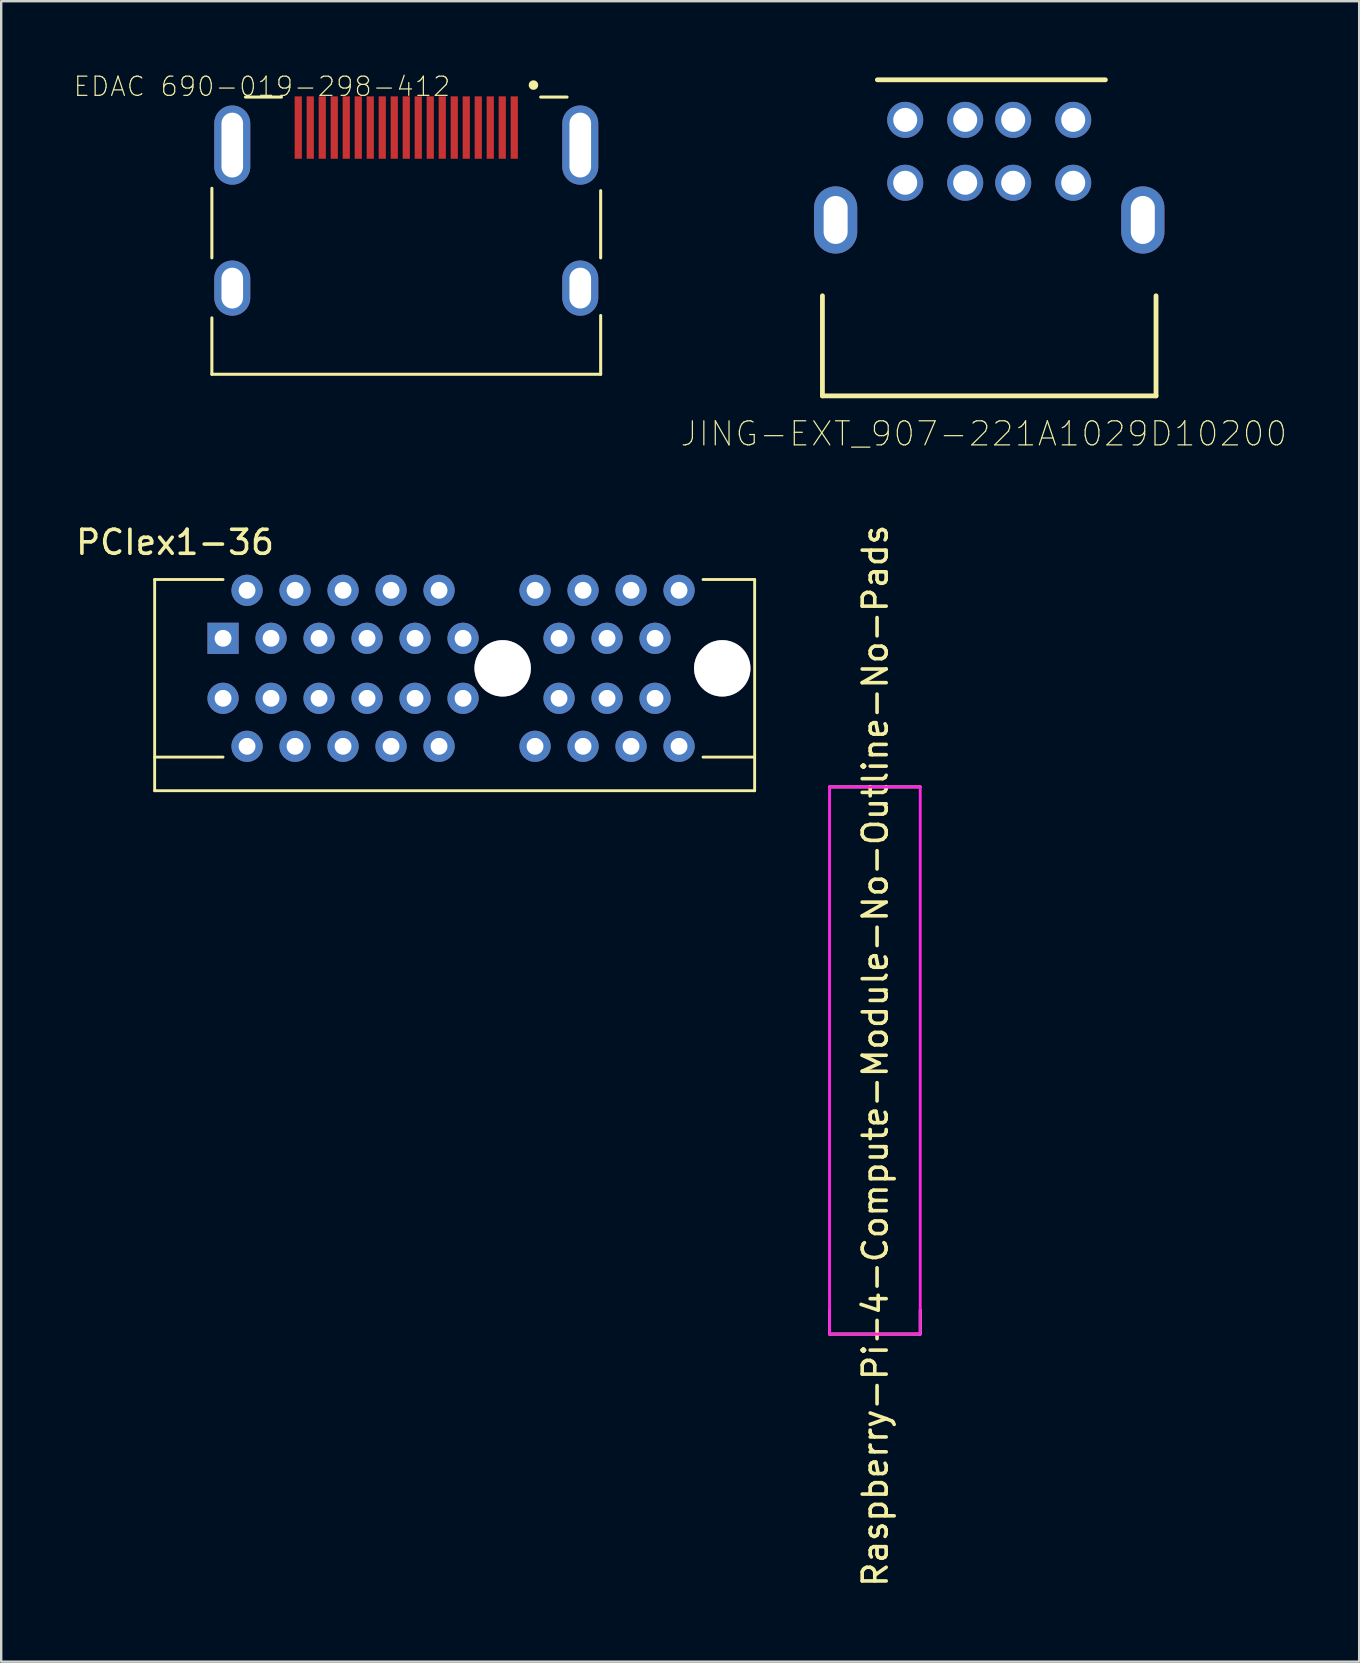
<source format=kicad_pcb>
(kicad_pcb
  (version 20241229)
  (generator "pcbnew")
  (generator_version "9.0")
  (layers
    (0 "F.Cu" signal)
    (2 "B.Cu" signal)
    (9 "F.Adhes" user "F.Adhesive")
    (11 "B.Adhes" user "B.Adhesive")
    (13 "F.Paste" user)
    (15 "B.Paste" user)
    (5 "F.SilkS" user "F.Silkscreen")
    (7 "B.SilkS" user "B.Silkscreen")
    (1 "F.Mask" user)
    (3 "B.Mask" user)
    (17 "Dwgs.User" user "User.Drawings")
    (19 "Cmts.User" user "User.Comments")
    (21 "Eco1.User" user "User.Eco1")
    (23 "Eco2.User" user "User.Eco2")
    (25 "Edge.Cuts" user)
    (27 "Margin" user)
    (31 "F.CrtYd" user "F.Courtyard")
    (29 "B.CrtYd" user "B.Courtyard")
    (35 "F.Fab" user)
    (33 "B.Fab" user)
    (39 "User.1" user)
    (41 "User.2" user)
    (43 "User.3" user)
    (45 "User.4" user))
  (footprint "JING-EXT_907-221A1029D10200"
    (layer "F.Cu")
    (at 38.168 7.275)
    (property "Reference" "JING-EXT_907-221A1029D10200" (at -0.225 7.75 0) (layer "F.SilkS") (effects (font (size 1.002 1.002) (thickness 0.05))))
    (attr through_hole)
    (fp_line (start -6.95 6.17) (end -6.95 2) (stroke (width 0.2) (type solid)) (layer "F.SilkS"))
    (fp_line (start -6.95 6.17) (end 6.95 6.17) (stroke (width 0.2) (type solid)) (layer "F.SilkS"))
    (fp_line (start -4.66 -7) (end 4.84 -7) (stroke (width 0.2) (type solid)) (layer "F.SilkS"))
    (fp_line (start 6.95 2) (end 6.95 6.17) (stroke (width 0.2) (type solid)) (layer "F.SilkS"))
    (fp_line (start -7.8 -7.25) (end 7.8 -7.25) (stroke (width 0.05) (type solid)) (layer "Eco1.User"))
    (fp_line (start -7.8 1.25) (end -7.8 -7.25) (stroke (width 0.05) (type solid)) (layer "Eco1.User"))
    (fp_line (start -7.2 1.25) (end -7.8 1.25) (stroke (width 0.05) (type solid)) (layer "Eco1.User"))
    (fp_line (start -7.2 6.5) (end -7.2 1.25) (stroke (width 0.05) (type solid)) (layer "Eco1.User"))
    (fp_line (start 7.2 1.25) (end 7.2 6.5) (stroke (width 0.05) (type solid)) (layer "Eco1.User"))
    (fp_line (start 7.2 6.5) (end -7.2 6.5) (stroke (width 0.05) (type solid)) (layer "Eco1.User"))
    (fp_line (start 7.8 -7.25) (end 7.8 1.25) (stroke (width 0.05) (type solid)) (layer "Eco1.User"))
    (fp_line (start 7.8 1.25) (end 7.2 1.25) (stroke (width 0.05) (type solid)) (layer "Eco1.User"))
    (pad "1" thru_hole circle (at -3.5 -5.33) (size 1.5 1.5) (drill 1) (layers "*.Cu" "*.Mask"))
    (pad "2" thru_hole circle (at -1 -5.33) (size 1.5 1.5) (drill 1) (layers "*.Cu" "*.Mask"))
    (pad "3" thru_hole circle (at 1 -5.33) (size 1.5 1.5) (drill 1) (layers "*.Cu" "*.Mask"))
    (pad "4" thru_hole circle (at 3.5 -5.33) (size 1.5 1.5) (drill 1) (layers "*.Cu" "*.Mask"))
    (pad "5" thru_hole circle (at -3.5 -2.71) (size 1.5 1.5) (drill 1) (layers "*.Cu" "*.Mask"))
    (pad "6" thru_hole circle (at -1 -2.71) (size 1.5 1.5) (drill 1) (layers "*.Cu" "*.Mask"))
    (pad "7" thru_hole circle (at 1 -2.71) (size 1.5 1.5) (drill 1) (layers "*.Cu" "*.Mask"))
    (pad "8" thru_hole circle (at 3.5 -2.71) (size 1.5 1.5) (drill 1) (layers "*.Cu" "*.Mask"))
    (pad "MT1" thru_hole oval (at -6.4 -1.16) (size 1.8 2.8) (drill oval 1 2) (layers "*.Cu" "*.Mask"))
    (pad "MT2" thru_hole oval (at 6.4 -1.16) (size 1.8 2.8) (drill oval 1 2) (layers "*.Cu" "*.Mask")))
  (footprint "PCIex1-36"
    (layer "F.Cu")
    (at 6.244 23.547)
    (property "Reference" "PCIex1-36" (at -2 -4 0) (layer "F.SilkS") (effects (font (size 1 1) (thickness 0.15))))
    (attr through_hole)
    (fp_line (start -2.85 -2.45) (end 0 -2.45) (stroke (width 0.12) (type solid)) (layer "F.SilkS"))
    (fp_line (start -2.85 6.35) (end -2.85 -2.45) (stroke (width 0.12) (type solid)) (layer "F.SilkS"))
    (fp_line (start -2.85 6.35) (end 22.15 6.35) (stroke (width 0.12) (type solid)) (layer "F.SilkS"))
    (fp_line (start 0 4.95) (end -2.85 4.95) (stroke (width 0.12) (type solid)) (layer "F.SilkS"))
    (fp_line (start 22.15 -2.45) (end 20 -2.45) (stroke (width 0.12) (type solid)) (layer "F.SilkS"))
    (fp_line (start 22.15 -2.45) (end 22.15 6.35) (stroke (width 0.12) (type solid)) (layer "F.SilkS"))
    (fp_line (start 22.15 4.95) (end 20 4.95) (stroke (width 0.12) (type solid)) (layer "F.SilkS"))
    (pad "19" thru_hole circle (at 11.65 1.25) (size 2.35 2.35) (drill 2.35) (layers "*.Cu" "*.Mask"))
    (pad "19" thru_hole circle (at 20.8 1.25) (size 2.35 2.35) (drill 2.35) (layers "*.Cu" "*.Mask"))
    (pad "A1" thru_hole rect (at 0 0) (size 1.3 1.3) (drill 0.7) (layers "*.Cu" "*.Mask"))
    (pad "A2" thru_hole circle (at 1 -2) (size 1.3 1.3) (drill 0.7) (layers "*.Cu" "*.Mask"))
    (pad "A3" thru_hole circle (at 2 0) (size 1.3 1.3) (drill 0.7) (layers "*.Cu" "*.Mask"))
    (pad "A4" thru_hole circle (at 3 -2) (size 1.3 1.3) (drill 0.7) (layers "*.Cu" "*.Mask"))
    (pad "A5" thru_hole circle (at 4 0) (size 1.3 1.3) (drill 0.7) (layers "*.Cu" "*.Mask"))
    (pad "A6" thru_hole circle (at 5 -2) (size 1.3 1.3) (drill 0.7) (layers "*.Cu" "*.Mask"))
    (pad "A7" thru_hole circle (at 6 0) (size 1.3 1.3) (drill 0.7) (layers "*.Cu" "*.Mask"))
    (pad "A8" thru_hole circle (at 7 -2) (size 1.3 1.3) (drill 0.7) (layers "*.Cu" "*.Mask"))
    (pad "A9" thru_hole circle (at 8 0) (size 1.3 1.3) (drill 0.7) (layers "*.Cu" "*.Mask"))
    (pad "A10" thru_hole circle (at 9 -2) (size 1.3 1.3) (drill 0.7) (layers "*.Cu" "*.Mask"))
    (pad "A11" thru_hole circle (at 10 0) (size 1.3 1.3) (drill 0.7) (layers "*.Cu" "*.Mask"))
    (pad "A12" thru_hole circle (at 13 -2) (size 1.3 1.3) (drill 0.7) (layers "*.Cu" "*.Mask"))
    (pad "A13" thru_hole circle (at 14 0) (size 1.3 1.3) (drill 0.7) (layers "*.Cu" "*.Mask"))
    (pad "A14" thru_hole circle (at 15 -2) (size 1.3 1.3) (drill 0.7) (layers "*.Cu" "*.Mask"))
    (pad "A15" thru_hole circle (at 16 0) (size 1.3 1.3) (drill 0.7) (layers "*.Cu" "*.Mask"))
    (pad "A16" thru_hole circle (at 17 -2) (size 1.3 1.3) (drill 0.7) (layers "*.Cu" "*.Mask"))
    (pad "A17" thru_hole circle (at 18 0) (size 1.3 1.3) (drill 0.7) (layers "*.Cu" "*.Mask"))
    (pad "A18" thru_hole circle (at 19 -2) (size 1.3 1.3) (drill 0.7) (layers "*.Cu" "*.Mask"))
    (pad "B1" thru_hole circle (at 0 2.5) (size 1.3 1.3) (drill 0.7) (layers "*.Cu" "*.Mask"))
    (pad "B2" thru_hole circle (at 1 4.5) (size 1.3 1.3) (drill 0.7) (layers "*.Cu" "*.Mask"))
    (pad "B3" thru_hole circle (at 2 2.5) (size 1.3 1.3) (drill 0.7) (layers "*.Cu" "*.Mask"))
    (pad "B4" thru_hole circle (at 3 4.5) (size 1.3 1.3) (drill 0.7) (layers "*.Cu" "*.Mask"))
    (pad "B5" thru_hole circle (at 4 2.5) (size 1.3 1.3) (drill 0.7) (layers "*.Cu" "*.Mask"))
    (pad "B6" thru_hole circle (at 5 4.5) (size 1.3 1.3) (drill 0.7) (layers "*.Cu" "*.Mask"))
    (pad "B7" thru_hole circle (at 6 2.5) (size 1.3 1.3) (drill 0.7) (layers "*.Cu" "*.Mask"))
    (pad "B8" thru_hole circle (at 7 4.5) (size 1.3 1.3) (drill 0.7) (layers "*.Cu" "*.Mask"))
    (pad "B9" thru_hole circle (at 8 2.5) (size 1.3 1.3) (drill 0.7) (layers "*.Cu" "*.Mask"))
    (pad "B10" thru_hole circle (at 9 4.5) (size 1.3 1.3) (drill 0.7) (layers "*.Cu" "*.Mask"))
    (pad "B11" thru_hole circle (at 10 2.5) (size 1.3 1.3) (drill 0.7) (layers "*.Cu" "*.Mask"))
    (pad "B12" thru_hole circle (at 13 4.5) (size 1.3 1.3) (drill 0.7) (layers "*.Cu" "*.Mask"))
    (pad "B13" thru_hole circle (at 14 2.5) (size 1.3 1.3) (drill 0.7) (layers "*.Cu" "*.Mask"))
    (pad "B14" thru_hole circle (at 15 4.5) (size 1.3 1.3) (drill 0.7) (layers "*.Cu" "*.Mask"))
    (pad "B15" thru_hole circle (at 16 2.5) (size 1.3 1.3) (drill 0.7) (layers "*.Cu" "*.Mask"))
    (pad "B16" thru_hole circle (at 17 4.5) (size 1.3 1.3) (drill 0.7) (layers "*.Cu" "*.Mask"))
    (pad "B17" thru_hole circle (at 18 2.5) (size 1.3 1.3) (drill 0.7) (layers "*.Cu" "*.Mask"))
    (pad "B18" thru_hole circle (at 19 4.5) (size 1.3 1.3) (drill 0.7) (layers "*.Cu" "*.Mask")))
  (footprint "EDAC 690-019-298-412"
    (layer "F.Cu")
    (at 13.878 2.995)
    (property "Reference" "EDAC 690-019-298-412" (at -6.011 -2.439 0) (layer "F.SilkS") (effects (font (size 0.8 0.8) (thickness 0.05))))
    (attr smd)
    (fp_line (start -8.1 4.7) (end -8.1 1.8) (stroke (width 0.127) (type solid)) (layer "F.SilkS"))
    (fp_line (start -8.1 9.55) (end -8.1 7.2) (stroke (width 0.127) (type solid)) (layer "F.SilkS"))
    (fp_line (start -8.1 9.55) (end 8.1 9.55) (stroke (width 0.127) (type solid)) (layer "F.SilkS"))
    (fp_line (start -6.7 -2) (end -5.2 -2) (stroke (width 0.127) (type solid)) (layer "F.SilkS"))
    (fp_line (start 5.6 -2) (end 6.7 -2) (stroke (width 0.127) (type solid)) (layer "F.SilkS"))
    (fp_line (start 8.1 1.9) (end 8.1 4.7) (stroke (width 0.127) (type solid)) (layer "F.SilkS"))
    (fp_line (start 8.1 7.1) (end 8.1 9.55) (stroke (width 0.127) (type solid)) (layer "F.SilkS"))
    (fp_circle (center 5.3 -2.5) (end 5.4 -2.5) (stroke (width 0.2) (type solid)) (fill no) (layer "F.SilkS"))
    (fp_line (start -8.35 -2.2) (end 8.4 -2.2) (stroke (width 0.05) (type solid)) (layer "Eco1.User"))
    (fp_line (start -8.35 8.5) (end -8.35 -2.2) (stroke (width 0.05) (type solid)) (layer "Eco1.User"))
    (fp_line (start -8.35 9.5) (end -8.35 8.5) (stroke (width 0.05) (type solid)) (layer "Eco1.User"))
    (fp_line (start 8.4 -2.2) (end 8.4 9.5) (stroke (width 0.05) (type solid)) (layer "Eco1.User"))
    (fp_line (start 8.4 9.5) (end -8.35 9.5) (stroke (width 0.05) (type solid)) (layer "Eco1.User"))
    (fp_line (start -8.1 -2) (end 8.1 -2) (stroke (width 0.127) (type solid)) (layer "Eco2.User"))
    (fp_line (start -8.1 8.5) (end -8.1 -2) (stroke (width 0.127) (type solid)) (layer "Eco2.User"))
    (fp_line (start -8.1 10.55) (end -8.1 8.5) (stroke (width 0.127) (type solid)) (layer "Eco2.User"))
    (fp_line (start 8.1 -2) (end 8.1 8.5) (stroke (width 0.127) (type solid)) (layer "Eco2.User"))
    (fp_line (start 8.1 8.5) (end 8.1 10.55) (stroke (width 0.127) (type solid)) (layer "Eco2.User"))
    (fp_line (start 8.1 10.55) (end -8.1 10.55) (stroke (width 0.127) (type solid)) (layer "Eco2.User"))
    (pad "1" smd rect (at 4.5 -0.73 90) (size 2.6 0.3) (layers "F.Cu" "F.Mask" "F.Paste"))
    (pad "2" smd rect (at 4 -0.73 90) (size 2.6 0.3) (layers "F.Cu" "F.Mask" "F.Paste"))
    (pad "3" smd rect (at 3.5 -0.73 90) (size 2.6 0.3) (layers "F.Cu" "F.Mask" "F.Paste"))
    (pad "4" smd rect (at 3 -0.73 90) (size 2.6 0.3) (layers "F.Cu" "F.Mask" "F.Paste"))
    (pad "5" smd rect (at 2.5 -0.73 90) (size 2.6 0.3) (layers "F.Cu" "F.Mask" "F.Paste"))
    (pad "6" smd rect (at 2 -0.73 90) (size 2.6 0.3) (layers "F.Cu" "F.Mask" "F.Paste"))
    (pad "7" smd rect (at 1.5 -0.73 90) (size 2.6 0.3) (layers "F.Cu" "F.Mask" "F.Paste"))
    (pad "8" smd rect (at 1 -0.73 90) (size 2.6 0.3) (layers "F.Cu" "F.Mask" "F.Paste"))
    (pad "9" smd rect (at 0.5 -0.73 90) (size 2.6 0.3) (layers "F.Cu" "F.Mask" "F.Paste"))
    (pad "10" smd rect (at 0 -0.73 90) (size 2.6 0.3) (layers "F.Cu" "F.Mask" "F.Paste"))
    (pad "11" smd rect (at -0.5 -0.73 90) (size 2.6 0.3) (layers "F.Cu" "F.Mask" "F.Paste"))
    (pad "12" smd rect (at -1 -0.73 90) (size 2.6 0.3) (layers "F.Cu" "F.Mask" "F.Paste"))
    (pad "13" smd rect (at -1.5 -0.73 90) (size 2.6 0.3) (layers "F.Cu" "F.Mask" "F.Paste"))
    (pad "14" smd rect (at -2 -0.73 90) (size 2.6 0.3) (layers "F.Cu" "F.Mask" "F.Paste"))
    (pad "15" smd rect (at -2.5 -0.73 90) (size 2.6 0.3) (layers "F.Cu" "F.Mask" "F.Paste"))
    (pad "16" smd rect (at -3 -0.73 90) (size 2.6 0.3) (layers "F.Cu" "F.Mask" "F.Paste"))
    (pad "17" smd rect (at -3.5 -0.73 90) (size 2.6 0.3) (layers "F.Cu" "F.Mask" "F.Paste"))
    (pad "18" smd rect (at -4 -0.73 90) (size 2.6 0.3) (layers "F.Cu" "F.Mask" "F.Paste"))
    (pad "19" smd rect (at -4.5 -0.73 90) (size 2.6 0.3) (layers "F.Cu" "F.Mask" "F.Paste"))
    (pad "SH1" thru_hole oval (at 7.25 0) (size 1.5 3.3) (drill oval 0.9 2.7) (layers "*.Cu" "*.Mask"))
    (pad "SH2" thru_hole oval (at -7.25 0) (size 1.5 3.3) (drill oval 0.9 2.7) (layers "*.Cu" "*.Mask"))
    (pad "SH3" thru_hole oval (at -7.25 5.96) (size 1.5 2.3) (drill oval 0.9 1.7) (layers "*.Cu" "*.Mask"))
    (pad "SH4" thru_hole oval (at 7.25 5.96) (size 1.5 2.3) (drill oval 0.9 1.7) (layers "*.Cu" "*.Mask")))
  (footprint "Raspberry-Pi-4-Compute-Module-No-Outline-No-Pads"
    (layer "F.Cu")
    (at 33.404 41.137)
    (property "Reference" "Raspberry-Pi-4-Compute-Module-No-Outline-No-Pads" (at 0.016 -0.194 270) (layer "F.SilkS") (effects (font (size 1 1) (thickness 0.15))))
    (attr smd)
    (fp_line (start -1.89 -11.4) (end 1.89 -11.4) (stroke (width 0.12) (type solid)) (layer "F.SilkS"))
    (fp_line (start -1.89 11.4) (end -1.89 10.4) (stroke (width 0.12) (type solid)) (layer "F.SilkS"))
    (fp_line (start -1.89 11.4) (end 1.89 11.4) (stroke (width 0.12) (type solid)) (layer "F.SilkS"))
    (fp_line (start 1.89 11.4) (end 1.89 10.4) (stroke (width 0.12) (type solid)) (layer "F.SilkS"))
    (fp_line (start -1.89 -11.4) (end 1.89 -11.4) (stroke (width 0.12) (type solid)) (layer "F.CrtYd"))
    (fp_line (start -1.89 11.4) (end -1.89 -11.4) (stroke (width 0.12) (type solid)) (layer "F.CrtYd"))
    (fp_line (start 1.89 -11.4) (end 1.89 11.4) (stroke (width 0.12) (type solid)) (layer "F.CrtYd"))
    (fp_line (start 1.89 11.4) (end -1.89 11.4) (stroke (width 0.12) (type solid)) (layer "F.CrtYd")))
  (gr_rect
    (start -3 -3)
    (end 53.583 66.187)
    (stroke (width 0.1) (type default))
    (fill no)
    (layer "Edge.Cuts")))
</source>
